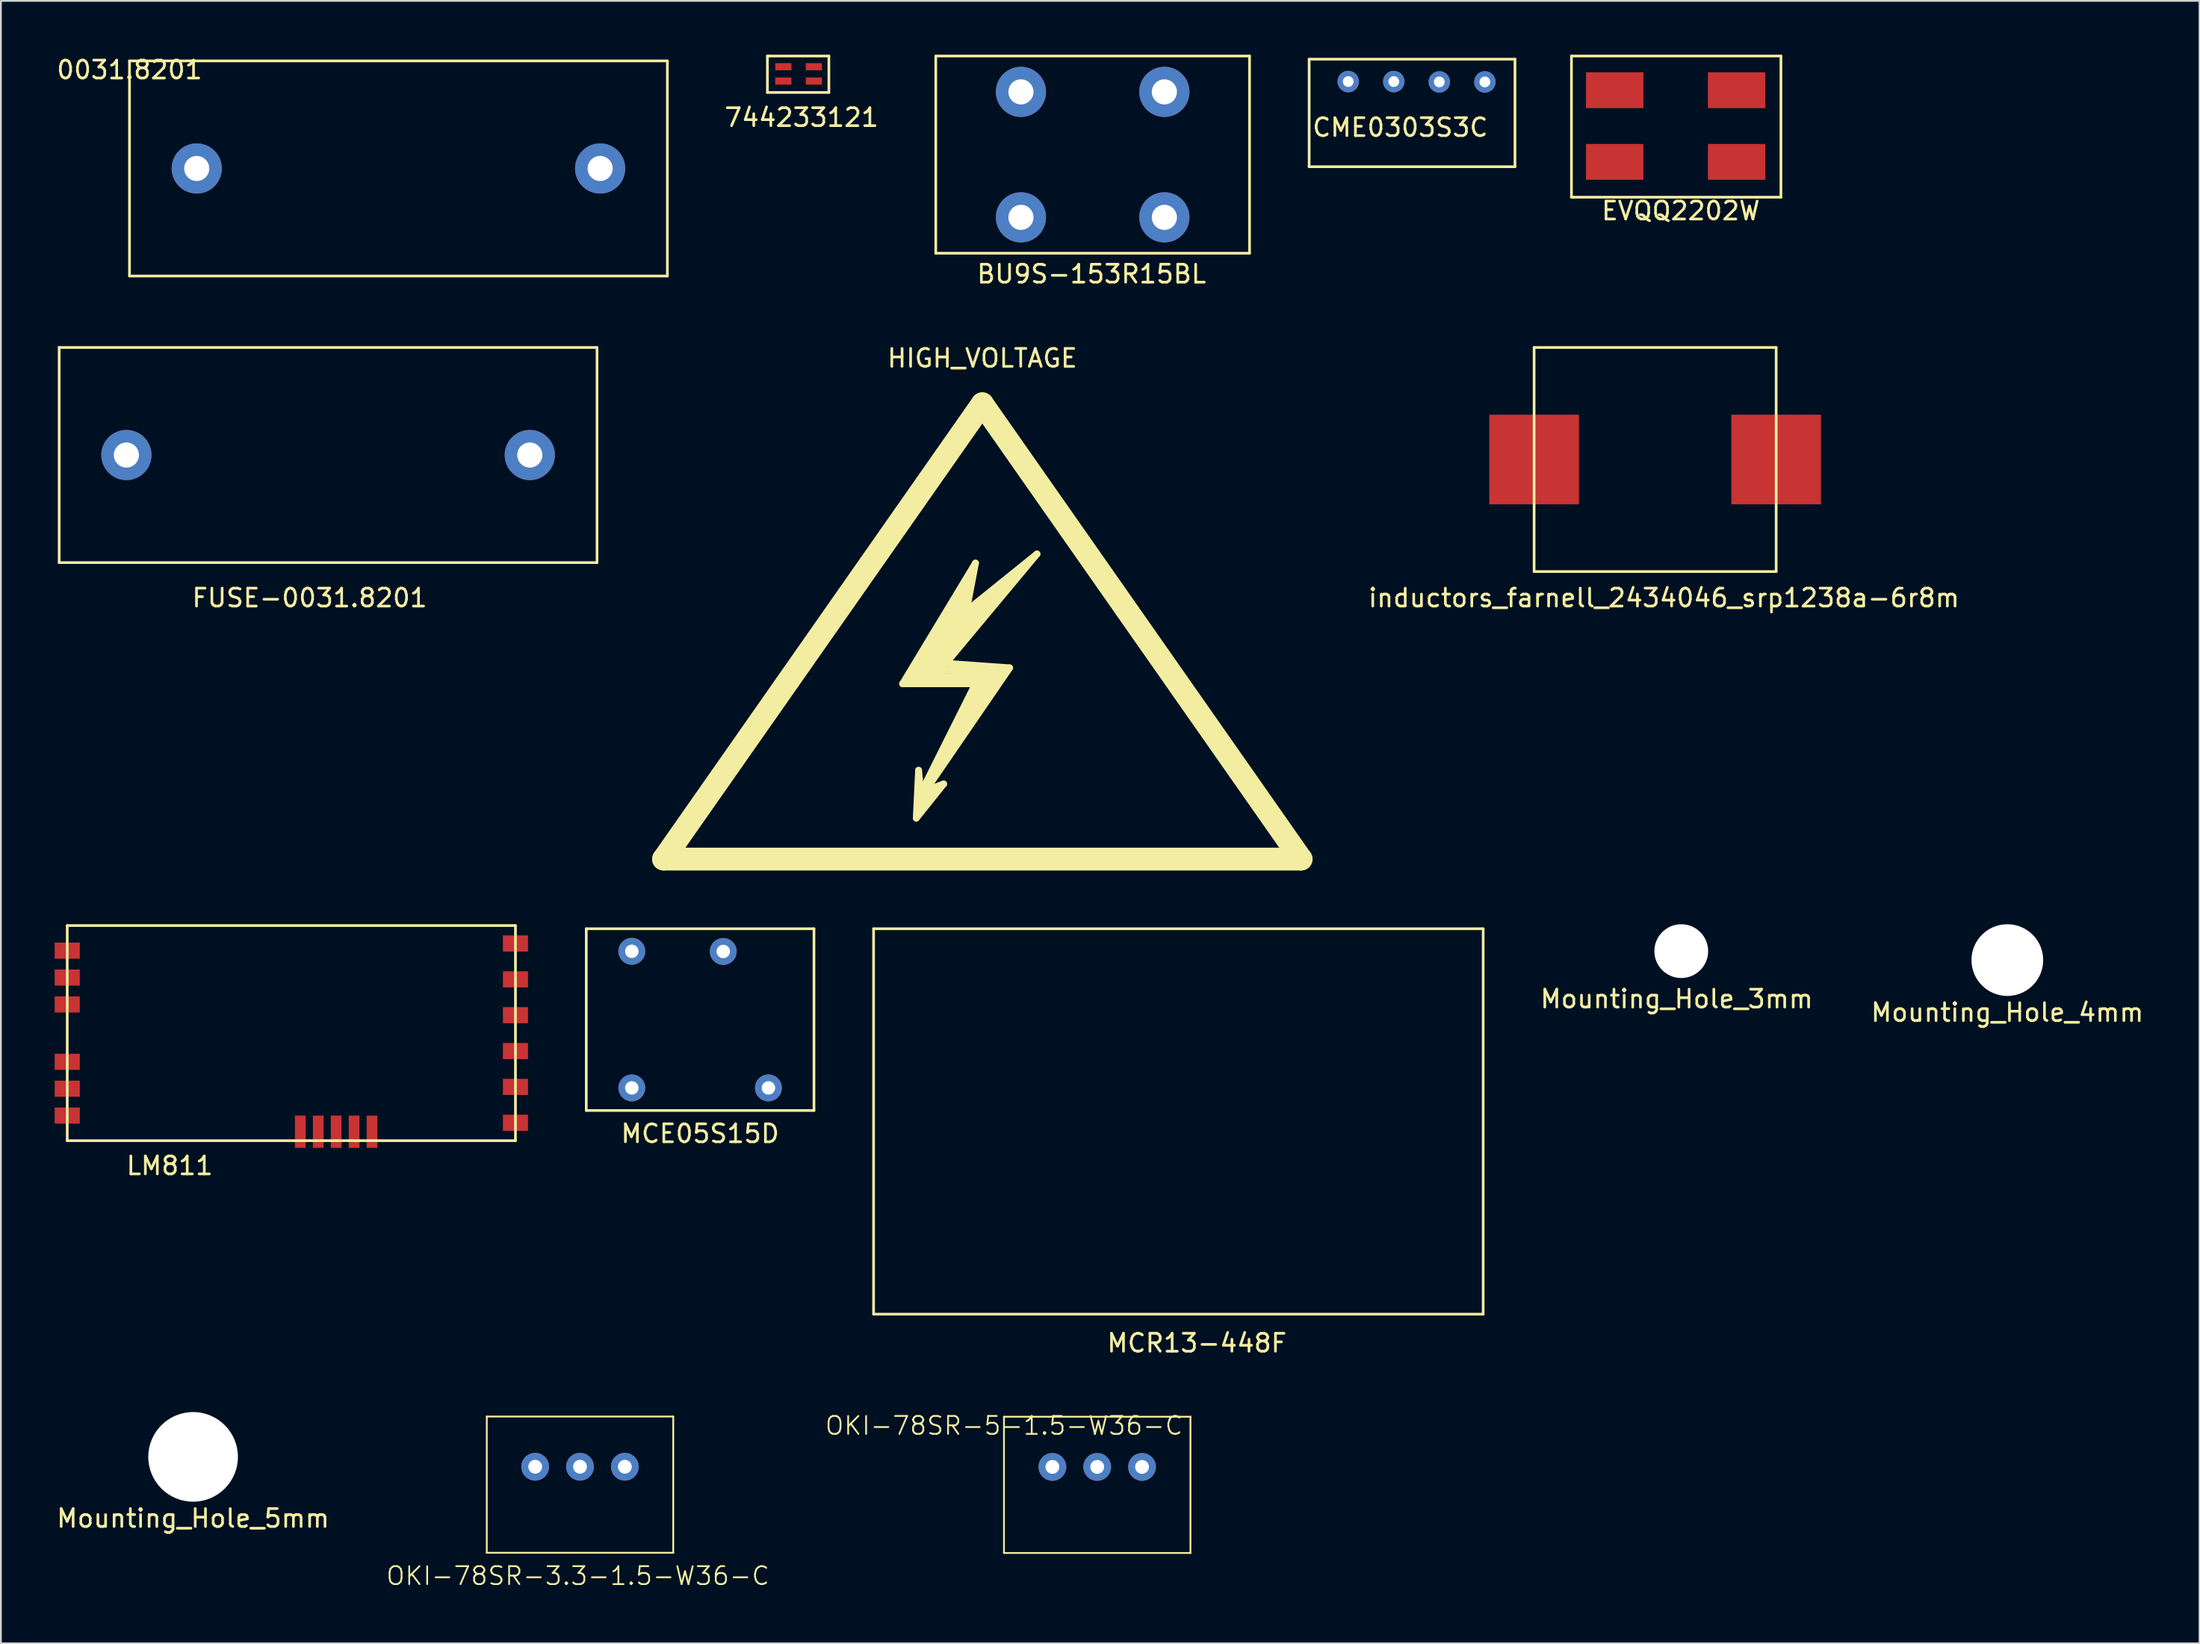
<source format=kicad_pcb>
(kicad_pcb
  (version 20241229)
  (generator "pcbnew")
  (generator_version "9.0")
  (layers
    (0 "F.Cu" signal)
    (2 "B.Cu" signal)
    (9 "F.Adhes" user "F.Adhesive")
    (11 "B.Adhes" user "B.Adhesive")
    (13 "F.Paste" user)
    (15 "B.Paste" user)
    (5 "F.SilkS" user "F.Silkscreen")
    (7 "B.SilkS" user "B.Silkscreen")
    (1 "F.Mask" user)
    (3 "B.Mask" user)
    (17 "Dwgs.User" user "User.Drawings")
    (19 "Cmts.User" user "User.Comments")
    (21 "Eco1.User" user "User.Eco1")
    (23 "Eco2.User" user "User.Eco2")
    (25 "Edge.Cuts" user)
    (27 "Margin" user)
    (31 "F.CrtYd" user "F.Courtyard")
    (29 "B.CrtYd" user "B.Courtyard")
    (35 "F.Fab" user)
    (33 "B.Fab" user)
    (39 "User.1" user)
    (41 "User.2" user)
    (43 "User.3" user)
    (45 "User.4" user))
  (footprint "OKI-78SR-3.3-1.5-W36-C"
    (layer "F.Cu")
    (at 24.101 75.969)
    (property "Reference" "OKI-78SR-3.3-1.5-W36-C" (at 5.08 8.89 0) (layer "F.SilkS") (effects (font (size 1 1) (thickness 0.1))))
    (attr through_hole)
    (fp_line (start 0 0) (end 10.4 0) (stroke (width 0.1) (type solid)) (layer "F.SilkS"))
    (fp_line (start 0 7.6) (end 0 0) (stroke (width 0.1) (type solid)) (layer "F.SilkS"))
    (fp_line (start 10.4 0) (end 10.4 7.6) (stroke (width 0.1) (type solid)) (layer "F.SilkS"))
    (fp_line (start 10.4 7.6) (end 0 7.6) (stroke (width 0.1) (type solid)) (layer "F.SilkS"))
    (pad "1" thru_hole circle (at 2.7 2.8) (size 1.55 1.55) (drill 0.77) (layers "*.Cu" "*.Mask"))
    (pad "2" thru_hole circle (at 5.2 2.8) (size 1.55 1.55) (drill 0.77) (layers "*.Cu" "*.Mask"))
    (pad "3" thru_hole circle (at 7.7 2.8) (size 1.55 1.55) (drill 0.77) (layers "*.Cu" "*.Mask")))
  (footprint "inductors_farnell_2434046_srp1238a-6r8m"
    (layer "F.Cu")
    (at 82.517 16.333)
    (property "Reference" "inductors_farnell_2434046_srp1238a-6r8m" (at 7.239 13.97 0) (layer "F.SilkS") (effects (font (size 1 1) (thickness 0.15))))
    (attr through_hole)
    (fp_line (start 0 0) (end 13.5 0) (stroke (width 0.15) (type solid)) (layer "F.SilkS"))
    (fp_line (start 0 12.5) (end 0 0) (stroke (width 0.15) (type solid)) (layer "F.SilkS"))
    (fp_line (start 13.5 0) (end 13.5 12.5) (stroke (width 0.15) (type solid)) (layer "F.SilkS"))
    (fp_line (start 13.5 12.5) (end 0 12.5) (stroke (width 0.15) (type solid)) (layer "F.SilkS"))
    (pad "1" smd rect (at 0 6.25) (size 5 5) (layers "F.Cu" "F.Mask" "F.Paste"))
    (pad "2" smd rect (at 13.5 6.25) (size 5 5) (layers "F.Cu" "F.Mask" "F.Paste")))
  (footprint "Mounting_Hole_4mm"
    (layer "F.Cu")
    (at 108.911 50.507)
    (property "Reference" "Mounting_Hole_4mm" (at 0 2.921 0) (layer "F.SilkS") (effects (font (size 1 1) (thickness 0.15))))
    (attr through_hole)
    (pad "" np_thru_hole circle (at 0 0) (size 4 4) (drill 4) (layers "*.Cu" "*.Mask")))
  (footprint "EVQQ2202W"
    (layer "F.Cu")
    (at 87.012 1.98)
    (property "Reference" "EVQQ2202W" (at 3.683 6.731 0) (layer "F.SilkS") (effects (font (size 1 1) (thickness 0.15))))
    (attr through_hole)
    (fp_line (start -2.413 -1.905) (end -2.413 5.969) (stroke (width 0.15) (type solid)) (layer "F.SilkS"))
    (fp_line (start -2.413 -1.905) (end 9.271 -1.905) (stroke (width 0.15) (type solid)) (layer "F.SilkS"))
    (fp_line (start -2.413 5.969) (end -2.286 5.969) (stroke (width 0.15) (type solid)) (layer "F.SilkS"))
    (fp_line (start 9.271 -1.905) (end 9.271 5.969) (stroke (width 0.15) (type solid)) (layer "F.SilkS"))
    (fp_line (start 9.271 5.969) (end -2.286 5.969) (stroke (width 0.15) (type solid)) (layer "F.SilkS"))
    (pad "1" smd rect (at 0 0) (size 3.2 2) (layers "F.Cu" "F.Mask" "F.Paste"))
    (pad "1" smd rect (at 6.8 0) (size 3.2 2) (layers "F.Cu" "F.Mask" "F.Paste"))
    (pad "2" smd rect (at 0 4) (size 3.2 2) (layers "F.Cu" "F.Mask" "F.Paste"))
    (pad "2" smd rect (at 6.8 4) (size 3.2 2) (layers "F.Cu" "F.Mask" "F.Paste")))
  (footprint "Mounting_Hole_3mm"
    (layer "F.Cu")
    (at 90.724 50.007)
    (property "Reference" "Mounting_Hole_3mm" (at -0.254 2.667 0) (layer "F.SilkS") (effects (font (size 1 1) (thickness 0.15))))
    (attr through_hole)
    (pad "" np_thru_hole circle (at 0 0) (size 3 3) (drill 3) (layers "*.Cu" "*.Mask")))
  (footprint "CME0303S3C"
    (layer "F.Cu")
    (at 69.969 0.25)
    (property "Reference" "CME0303S3C" (at 5.08 3.81 0) (layer "F.SilkS") (effects (font (size 1 1) (thickness 0.15))))
    (attr through_hole)
    (fp_line (start 0 0) (end 11.48 0) (stroke (width 0.15) (type solid)) (layer "F.SilkS"))
    (fp_line (start 0 6) (end 0 0) (stroke (width 0.15) (type solid)) (layer "F.SilkS"))
    (fp_line (start 11.48 0) (end 11.48 6) (stroke (width 0.15) (type solid)) (layer "F.SilkS"))
    (fp_line (start 11.48 6) (end 0 6) (stroke (width 0.15) (type solid)) (layer "F.SilkS"))
    (pad "1" thru_hole circle (at 2.18 1.25) (size 1.2 1.2) (drill 0.6) (layers "*.Cu" "*.Mask"))
    (pad "2" thru_hole circle (at 4.72 1.25) (size 1.2 1.2) (drill 0.6) (layers "*.Cu" "*.Mask"))
    (pad "3" thru_hole circle (at 7.26 1.27) (size 1.2 1.2) (drill 0.6) (layers "*.Cu" "*.Mask"))
    (pad "4" thru_hole circle (at 9.8 1.27) (size 1.2 1.2) (drill 0.6) (layers "*.Cu" "*.Mask")))
  (footprint "LM811"
    (layer "F.Cu")
    (at 0.7 60.581)
    (property "Reference" "LM811" (at 5.715 1.397 0) (layer "F.SilkS") (effects (font (size 1 1) (thickness 0.15))))
    (attr through_hole)
    (fp_line (start 0 -12) (end 25 -12) (stroke (width 0.15) (type solid)) (layer "F.SilkS"))
    (fp_line (start 0 0) (end 0 -12) (stroke (width 0.15) (type solid)) (layer "F.SilkS"))
    (fp_line (start 25 -12) (end 25 0) (stroke (width 0.15) (type solid)) (layer "F.SilkS"))
    (fp_line (start 25 0) (end 0 0) (stroke (width 0.15) (type solid)) (layer "F.SilkS"))
    (pad "1" smd rect (at 25 -1) (size 1.4 0.9) (layers "F.Cu" "F.Mask" "F.Paste"))
    (pad "2" smd rect (at 25 -3) (size 1.4 0.9) (layers "F.Cu" "F.Mask" "F.Paste"))
    (pad "3" smd rect (at 25 -5) (size 1.4 0.9) (layers "F.Cu" "F.Mask" "F.Paste"))
    (pad "4" smd rect (at 25 -7) (size 1.4 0.9) (layers "F.Cu" "F.Mask" "F.Paste"))
    (pad "5" smd rect (at 25 -9) (size 1.4 0.9) (layers "F.Cu" "F.Mask" "F.Paste"))
    (pad "6" smd rect (at 25 -11) (size 1.4 0.9) (layers "F.Cu" "F.Mask" "F.Paste"))
    (pad "7" smd rect (at 0 -10.6) (size 1.4 0.9) (layers "F.Cu" "F.Mask" "F.Paste"))
    (pad "8" smd rect (at 0 -9.1) (size 1.4 0.9) (layers "F.Cu" "F.Mask" "F.Paste"))
    (pad "9" smd rect (at 0 -7.6) (size 1.4 0.9) (layers "F.Cu" "F.Mask" "F.Paste"))
    (pad "10" smd rect (at 0 -4.4) (size 1.4 0.9) (layers "F.Cu" "F.Mask" "F.Paste"))
    (pad "11" smd rect (at 0 -2.9) (size 1.4 0.9) (layers "F.Cu" "F.Mask" "F.Paste"))
    (pad "12" smd rect (at 0 -1.4) (size 1.4 0.9) (layers "F.Cu" "F.Mask" "F.Paste"))
    (pad "13" smd rect (at 13 -0.5) (size 0.6 1.8) (layers "F.Cu" "F.Mask" "F.Paste"))
    (pad "14" smd rect (at 14 -0.5) (size 0.6 1.8) (layers "F.Cu" "F.Mask" "F.Paste"))
    (pad "15" smd rect (at 15 -0.5) (size 0.6 1.8) (layers "F.Cu" "F.Mask" "F.Paste"))
    (pad "16" smd rect (at 16 -0.5) (size 0.6 1.8) (layers "F.Cu" "F.Mask" "F.Paste"))
    (pad "17" smd rect (at 17 -0.5) (size 0.6 1.8) (layers "F.Cu" "F.Mask" "F.Paste")))
  (footprint "Mounting_Hole_5mm"
    (layer "F.Cu")
    (at 7.72 78.219)
    (property "Reference" "Mounting_Hole_5mm" (at 0 3.429 0) (layer "F.SilkS") (effects (font (size 1 1) (thickness 0.15))))
    (attr through_hole)
    (pad "" np_thru_hole circle (at 0 0) (size 5 5) (drill 5) (layers "*.Cu" "*.Mask")))
  (footprint "MCE05S15D"
    (layer "F.Cu")
    (at 29.65 48.757)
    (property "Reference" "MCE05S15D" (at 6.35 11.43 0) (layer "F.SilkS") (effects (font (size 1 1) (thickness 0.15))))
    (attr through_hole)
    (fp_line (start 0 0) (end 12.7 0) (stroke (width 0.15) (type solid)) (layer "F.SilkS"))
    (fp_line (start 0 10.14) (end 0 0) (stroke (width 0.15) (type solid)) (layer "F.SilkS"))
    (fp_line (start 12.7 0) (end 12.7 10.14) (stroke (width 0.15) (type solid)) (layer "F.SilkS"))
    (fp_line (start 12.7 10.14) (end 0 10.14) (stroke (width 0.15) (type solid)) (layer "F.SilkS"))
    (pad "1" thru_hole circle (at 10.16 8.88) (size 1.5 1.5) (drill 0.75) (layers "*.Cu" "*.Mask"))
    (pad "2" thru_hole circle (at 2.54 8.88) (size 1.5 1.5) (drill 0.75) (layers "*.Cu" "*.Mask"))
    (pad "3" thru_hole circle (at 7.64 1.27) (size 1.5 1.5) (drill 0.75) (layers "*.Cu" "*.Mask"))
    (pad "4" thru_hole circle (at 2.54 1.26) (size 1.5 1.5) (drill 0.75) (layers "*.Cu" "*.Mask")))
  (footprint "BU9S-153R15BL"
    (layer "F.Cu")
    (at 53.894 2.075)
    (property "Reference" "BU9S-153R15BL" (at 3.937 10.16 0) (layer "F.SilkS") (effects (font (size 1 1) (thickness 0.15))))
    (attr through_hole)
    (fp_line (start -4.75 -2) (end -4.75 9) (stroke (width 0.15) (type solid)) (layer "F.SilkS"))
    (fp_line (start -4.75 9) (end 12.75 9) (stroke (width 0.15) (type solid)) (layer "F.SilkS"))
    (fp_line (start 12.75 -2) (end -4.75 -2) (stroke (width 0.15) (type solid)) (layer "F.SilkS"))
    (fp_line (start 12.75 9) (end 12.75 -2) (stroke (width 0.15) (type solid)) (layer "F.SilkS"))
    (pad "1" thru_hole circle (at 0 0) (size 2.8 2.8) (drill 1.4) (layers "*.Cu" "*.Mask"))
    (pad "2" thru_hole circle (at 0 7) (size 2.8 2.8) (drill 1.4) (layers "*.Cu" "*.Mask"))
    (pad "3" thru_hole circle (at 8 7) (size 2.8 2.8) (drill 1.4) (layers "*.Cu" "*.Mask"))
    (pad "4" thru_hole circle (at 8 0) (size 2.8 2.8) (drill 1.4) (layers "*.Cu" "*.Mask")))
  (footprint "FUSE-0031.8201"
    (layer "F.Cu")
    (at 0.25 16.333)
    (property "Reference" "FUSE-0031.8201" (at 13.97 13.97 0) (layer "F.SilkS") (effects (font (size 1 1) (thickness 0.15))))
    (attr through_hole)
    (fp_line (start 0 0) (end 30 0) (stroke (width 0.15) (type solid)) (layer "F.SilkS"))
    (fp_line (start 0 12) (end 0 0) (stroke (width 0.15) (type solid)) (layer "F.SilkS"))
    (fp_line (start 30 0) (end 30 12) (stroke (width 0.15) (type solid)) (layer "F.SilkS"))
    (fp_line (start 30 12) (end 0 12) (stroke (width 0.15) (type solid)) (layer "F.SilkS"))
    (pad "1" thru_hole circle (at 3.75 6) (size 2.8 2.8) (drill 1.4) (layers "*.Cu" "*.Mask"))
    (pad "2" thru_hole circle (at 26.25 6) (size 2.8 2.8) (drill 1.4) (layers "*.Cu" "*.Mask")))
  (footprint "OKI-78SR-5-1.5-W36-C"
    (layer "F.Cu")
    (at 52.948 75.979)
    (property "Reference" "OKI-78SR-5-1.5-W36-C" (at 0 0.5 0) (layer "F.SilkS") (effects (font (size 1 1) (thickness 0.1))))
    (attr through_hole)
    (fp_line (start 0 0) (end 10.4 0) (stroke (width 0.1) (type solid)) (layer "F.SilkS"))
    (fp_line (start 0 7.6) (end 0 0) (stroke (width 0.1) (type solid)) (layer "F.SilkS"))
    (fp_line (start 10.4 0) (end 10.4 7.6) (stroke (width 0.1) (type solid)) (layer "F.SilkS"))
    (fp_line (start 10.4 7.6) (end 0 7.6) (stroke (width 0.1) (type solid)) (layer "F.SilkS"))
    (pad "1" thru_hole circle (at 2.7 2.8) (size 1.55 1.55) (drill 0.77) (layers "*.Cu" "*.Mask"))
    (pad "2" thru_hole circle (at 5.2 2.8) (size 1.55 1.55) (drill 0.77) (layers "*.Cu" "*.Mask"))
    (pad "3" thru_hole circle (at 7.7 2.8) (size 1.55 1.55) (drill 0.77) (layers "*.Cu" "*.Mask")))
  (footprint "MCR13-448F"
    (layer "F.Cu")
    (at 45.675 48.757)
    (property "Reference" "MCR13-448F" (at 18.034 23.114 0) (layer "F.SilkS") (effects (font (size 1 1) (thickness 0.15))))
    (attr through_hole)
    (fp_line (start 0 0) (end 34 0) (stroke (width 0.15) (type solid)) (layer "F.SilkS"))
    (fp_line (start 0 21.5) (end 0 0) (stroke (width 0.15) (type solid)) (layer "F.SilkS"))
    (fp_line (start 34 0) (end 34 21.5) (stroke (width 0.15) (type solid)) (layer "F.SilkS"))
    (fp_line (start 34 21.5) (end 0 21.5) (stroke (width 0.15) (type solid)) (layer "F.SilkS")))
  (footprint "744233121"
    (layer "F.Cu")
    (at 40.642 1.472)
    (property "Reference" "744233121" (at 1.016 2.032 0) (layer "F.SilkS") (effects (font (size 1 1) (thickness 0.15))))
    (attr through_hole)
    (fp_line (start -0.889 0.635) (end -0.889 -1.397) (stroke (width 0.15) (type solid)) (layer "F.SilkS"))
    (fp_line (start -0.762 -1.397) (end -0.889 -1.397) (stroke (width 0.15) (type solid)) (layer "F.SilkS"))
    (fp_line (start -0.762 -1.397) (end 2.54 -1.397) (stroke (width 0.15) (type solid)) (layer "F.SilkS"))
    (fp_line (start 2.54 -1.397) (end 2.54 0.635) (stroke (width 0.15) (type solid)) (layer "F.SilkS"))
    (fp_line (start 2.54 0.635) (end -0.889 0.635) (stroke (width 0.15) (type solid)) (layer "F.SilkS"))
    (pad "1" smd rect (at 0 0) (size 0.9 0.4) (layers "F.Cu" "F.Mask" "F.Paste"))
    (pad "2" smd rect (at 1.7 0) (size 0.9 0.4) (layers "F.Cu" "F.Mask" "F.Paste"))
    (pad "3" smd rect (at 1.7 -0.8) (size 0.9 0.4) (layers "F.Cu" "F.Mask" "F.Paste"))
    (pad "4" smd rect (at 0 -0.8) (size 0.9 0.4) (layers "F.Cu" "F.Mask" "F.Paste")))
  (footprint "HIGH_VOLTAGE"
    (layer "F.Cu")
    (at 51.74 34.712)
    (property "Reference" "HIGH_VOLTAGE" (at 0 -17.78 0) (layer "F.SilkS") (effects (font (size 1 1) (thickness 0.15))))
    (attr through_hole)
    (fp_line (start -17.78 10.16) (end 0 -15.24) (stroke (width 1.27) (type solid)) (layer "F.SilkS"))
    (fp_line (start -4.445 0.381) (end -0.381 0.381) (stroke (width 0.381) (type solid)) (layer "F.SilkS"))
    (fp_line (start -4.064 0.254) (end -0.889 -4.318) (stroke (width 0.381) (type solid)) (layer "F.SilkS"))
    (fp_line (start -3.683 0.127) (end -1.016 -3.556) (stroke (width 0.381) (type solid)) (layer "F.SilkS"))
    (fp_line (start -3.683 7.874) (end -2.159 5.969) (stroke (width 0.381) (type solid)) (layer "F.SilkS"))
    (fp_line (start -3.556 5.207) (end -3.683 7.874) (stroke (width 0.381) (type solid)) (layer "F.SilkS"))
    (fp_line (start -3.556 7.239) (end -3.175 6.35) (stroke (width 0.381) (type solid)) (layer "F.SilkS"))
    (fp_line (start -3.429 6.477) (end -3.556 5.207) (stroke (width 0.381) (type solid)) (layer "F.SilkS"))
    (fp_line (start -3.302 0.127) (end 1.397 -5.207) (stroke (width 0.381) (type solid)) (layer "F.SilkS"))
    (fp_line (start -3.175 6.096) (end -3.048 6.223) (stroke (width 0.381) (type solid)) (layer "F.SilkS"))
    (fp_line (start -3.175 6.35) (end -3.048 5.969) (stroke (width 0.381) (type solid)) (layer "F.SilkS"))
    (fp_line (start -3.175 6.35) (end 1.524 -0.508) (stroke (width 0.381) (type solid)) (layer "F.SilkS"))
    (fp_line (start -3.048 5.969) (end -3.175 6.096) (stroke (width 0.381) (type solid)) (layer "F.SilkS"))
    (fp_line (start -2.921 0.254) (end 0.762 0.127) (stroke (width 0.381) (type solid)) (layer "F.SilkS"))
    (fp_line (start -2.794 6.477) (end -3.556 7.239) (stroke (width 0.381) (type solid)) (layer "F.SilkS"))
    (fp_line (start -2.667 5.461) (end 0.127 0.127) (stroke (width 0.381) (type solid)) (layer "F.SilkS"))
    (fp_line (start -2.413 0) (end 0.635 -0.127) (stroke (width 0.381) (type solid)) (layer "F.SilkS"))
    (fp_line (start -2.286 -1.524) (end 0.254 -4.445) (stroke (width 0.381) (type solid)) (layer "F.SilkS"))
    (fp_line (start -2.286 -1.016) (end -2.032 -0.381) (stroke (width 0.381) (type solid)) (layer "F.SilkS"))
    (fp_line (start -2.286 -0.381) (end -2.413 0) (stroke (width 0.381) (type solid)) (layer "F.SilkS"))
    (fp_line (start -2.159 5.969) (end -3.175 6.35) (stroke (width 0.381) (type solid)) (layer "F.SilkS"))
    (fp_line (start -2.032 -0.762) (end 3.048 -6.858) (stroke (width 0.381) (type solid)) (layer "F.SilkS"))
    (fp_line (start -1.016 -3.556) (end -3.302 0.127) (stroke (width 0.381) (type solid)) (layer "F.SilkS"))
    (fp_line (start -0.889 -4.318) (end -3.683 0.127) (stroke (width 0.381) (type solid)) (layer "F.SilkS"))
    (fp_line (start -0.889 -3.683) (end -0.381 -6.35) (stroke (width 0.381) (type solid)) (layer "F.SilkS"))
    (fp_line (start -0.762 -5.588) (end -0.889 -4.953) (stroke (width 0.381) (type solid)) (layer "F.SilkS"))
    (fp_line (start -0.762 -5.08) (end -4.064 0.254) (stroke (width 0.381) (type solid)) (layer "F.SilkS"))
    (fp_line (start -0.381 -6.35) (end -4.445 0.381) (stroke (width 0.381) (type solid)) (layer "F.SilkS"))
    (fp_line (start -0.381 0.381) (end -3.429 6.477) (stroke (width 0.381) (type solid)) (layer "F.SilkS"))
    (fp_line (start 0 -15.24) (end 17.78 10.16) (stroke (width 1.27) (type solid)) (layer "F.SilkS"))
    (fp_line (start 0.127 0.127) (end 0.762 0.127) (stroke (width 0.381) (type solid)) (layer "F.SilkS"))
    (fp_line (start 0.254 -4.445) (end -2.921 0.254) (stroke (width 0.381) (type solid)) (layer "F.SilkS"))
    (fp_line (start 0.635 -0.127) (end -2.667 5.461) (stroke (width 0.381) (type solid)) (layer "F.SilkS"))
    (fp_line (start 0.762 0.127) (end -0.508 2.159) (stroke (width 0.381) (type solid)) (layer "F.SilkS"))
    (fp_line (start 0.762 0.127) (end 1.143 -0.381) (stroke (width 0.381) (type solid)) (layer "F.SilkS"))
    (fp_line (start 1.143 -0.381) (end -2.286 -0.381) (stroke (width 0.381) (type solid)) (layer "F.SilkS"))
    (fp_line (start 1.397 -5.207) (end -2.286 -1.524) (stroke (width 0.381) (type solid)) (layer "F.SilkS"))
    (fp_line (start 1.524 -0.508) (end -2.032 -0.762) (stroke (width 0.381) (type solid)) (layer "F.SilkS"))
    (fp_line (start 1.778 -5.461) (end -1.143 -3.175) (stroke (width 0.381) (type solid)) (layer "F.SilkS"))
    (fp_line (start 3.048 -6.858) (end -0.889 -3.683) (stroke (width 0.381) (type solid)) (layer "F.SilkS"))
    (fp_line (start 17.78 10.16) (end -17.78 10.16) (stroke (width 1.27) (type solid)) (layer "F.SilkS")))
  (footprint "0031.8201"
    (layer "F.Cu")
    (at 4.173 0.348)
    (property "Reference" "0031.8201" (at 0 0.5 0) (layer "F.SilkS") (effects (font (size 1 1) (thickness 0.15))))
    (attr through_hole)
    (fp_line (start 0 0) (end 30 0) (stroke (width 0.15) (type solid)) (layer "F.SilkS"))
    (fp_line (start 0 12) (end 0 0) (stroke (width 0.15) (type solid)) (layer "F.SilkS"))
    (fp_line (start 30 0) (end 30 12) (stroke (width 0.15) (type solid)) (layer "F.SilkS"))
    (fp_line (start 30 12) (end 0 12) (stroke (width 0.15) (type solid)) (layer "F.SilkS"))
    (pad "1" thru_hole circle (at 3.75 6) (size 2.8 2.8) (drill 1.4) (layers "*.Cu" "*.Mask"))
    (pad "2" thru_hole circle (at 26.25 6) (size 2.8 2.8) (drill 1.4) (layers "*.Cu" "*.Mask")))
  (gr_rect
    (start -3 -3)
    (end 119.631 88.619)
    (stroke (width 0.1) (type default))
    (fill no)
    (layer "Edge.Cuts")))
</source>
